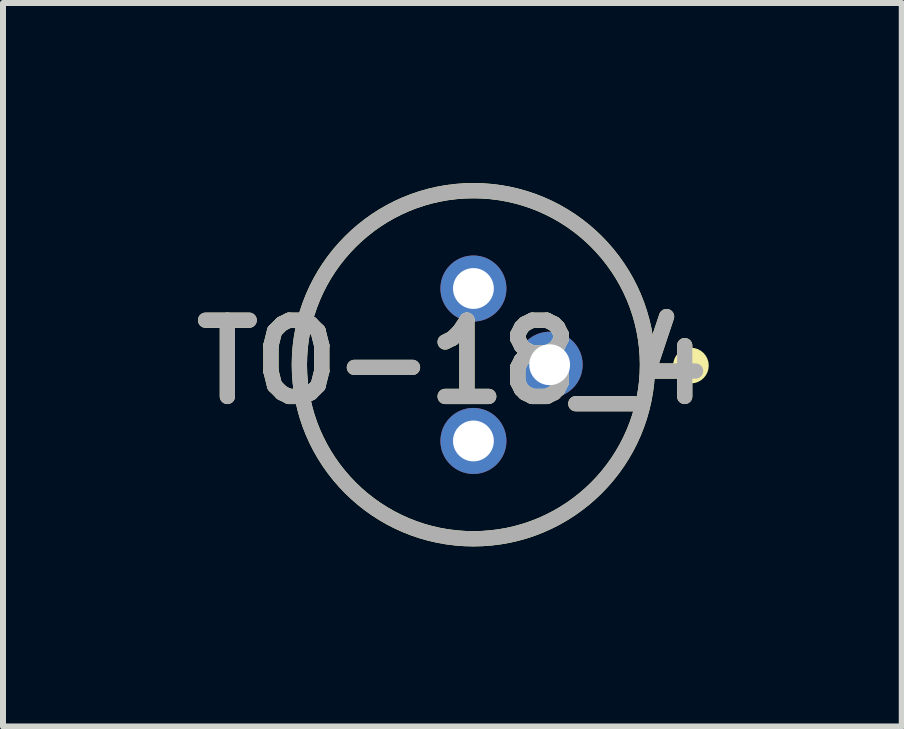
<source format=kicad_pcb>
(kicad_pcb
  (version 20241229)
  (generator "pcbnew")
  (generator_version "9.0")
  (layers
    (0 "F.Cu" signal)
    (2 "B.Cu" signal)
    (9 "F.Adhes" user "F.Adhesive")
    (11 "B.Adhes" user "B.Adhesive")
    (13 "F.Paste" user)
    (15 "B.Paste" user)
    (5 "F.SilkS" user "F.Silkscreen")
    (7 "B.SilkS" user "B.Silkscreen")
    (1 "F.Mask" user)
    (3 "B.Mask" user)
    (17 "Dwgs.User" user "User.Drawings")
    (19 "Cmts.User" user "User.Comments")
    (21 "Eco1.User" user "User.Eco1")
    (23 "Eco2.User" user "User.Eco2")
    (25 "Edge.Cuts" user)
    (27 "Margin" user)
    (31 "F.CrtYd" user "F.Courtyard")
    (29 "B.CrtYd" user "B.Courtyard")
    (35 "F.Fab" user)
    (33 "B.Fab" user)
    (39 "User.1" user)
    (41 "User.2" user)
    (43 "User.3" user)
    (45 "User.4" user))
  (footprint "TO-18_4"
    (layer "F.Cu")
    (at 4.838 3.027)
    (property "Reference" "TO-18_4" (at -0.35 -0.046 0) (layer "F.SilkS") (effects (font (size 1.27 1.27) (thickness 0.254))))
    (attr through_hole)
    (fp_circle (center 0 0) (end 0 2.9) (stroke (width 0.254) (type solid)) (fill no) (layer "F.SilkS"))
    (fp_circle (center 3.624 0.014) (end 3.624 0.057) (stroke (width 0.254) (type solid)) (fill no) (layer "F.SilkS"))
    (fp_circle (center 0 0) (end 0 2.9) (stroke (width 0.254) (type solid)) (fill no) (layer "F.Fab"))
    (fp_text user "${REFERENCE}" (at -0.35 -0.046 0) (layer "F.Fab") (effects (font (size 1.27 1.27) (thickness 0.254))))
    (pad "1" thru_hole circle (at 1.27 0) (size 1.1 1.1) (drill 0.68) (layers "*.Cu" "*.Mask"))
    (pad "2" thru_hole circle (at 0 -1.27) (size 1.1 1.1) (drill 0.68) (layers "*.Cu" "*.Mask"))
    (pad "3" thru_hole circle (at 0 1.27) (size 1.1 1.1) (drill 0.68) (layers "*.Cu" "*.Mask")))
  (gr_rect
    (start -3 -3)
    (end 11.975 9.054)
    (stroke (width 0.1) (type default))
    (fill no)
    (layer "Edge.Cuts")))
</source>
